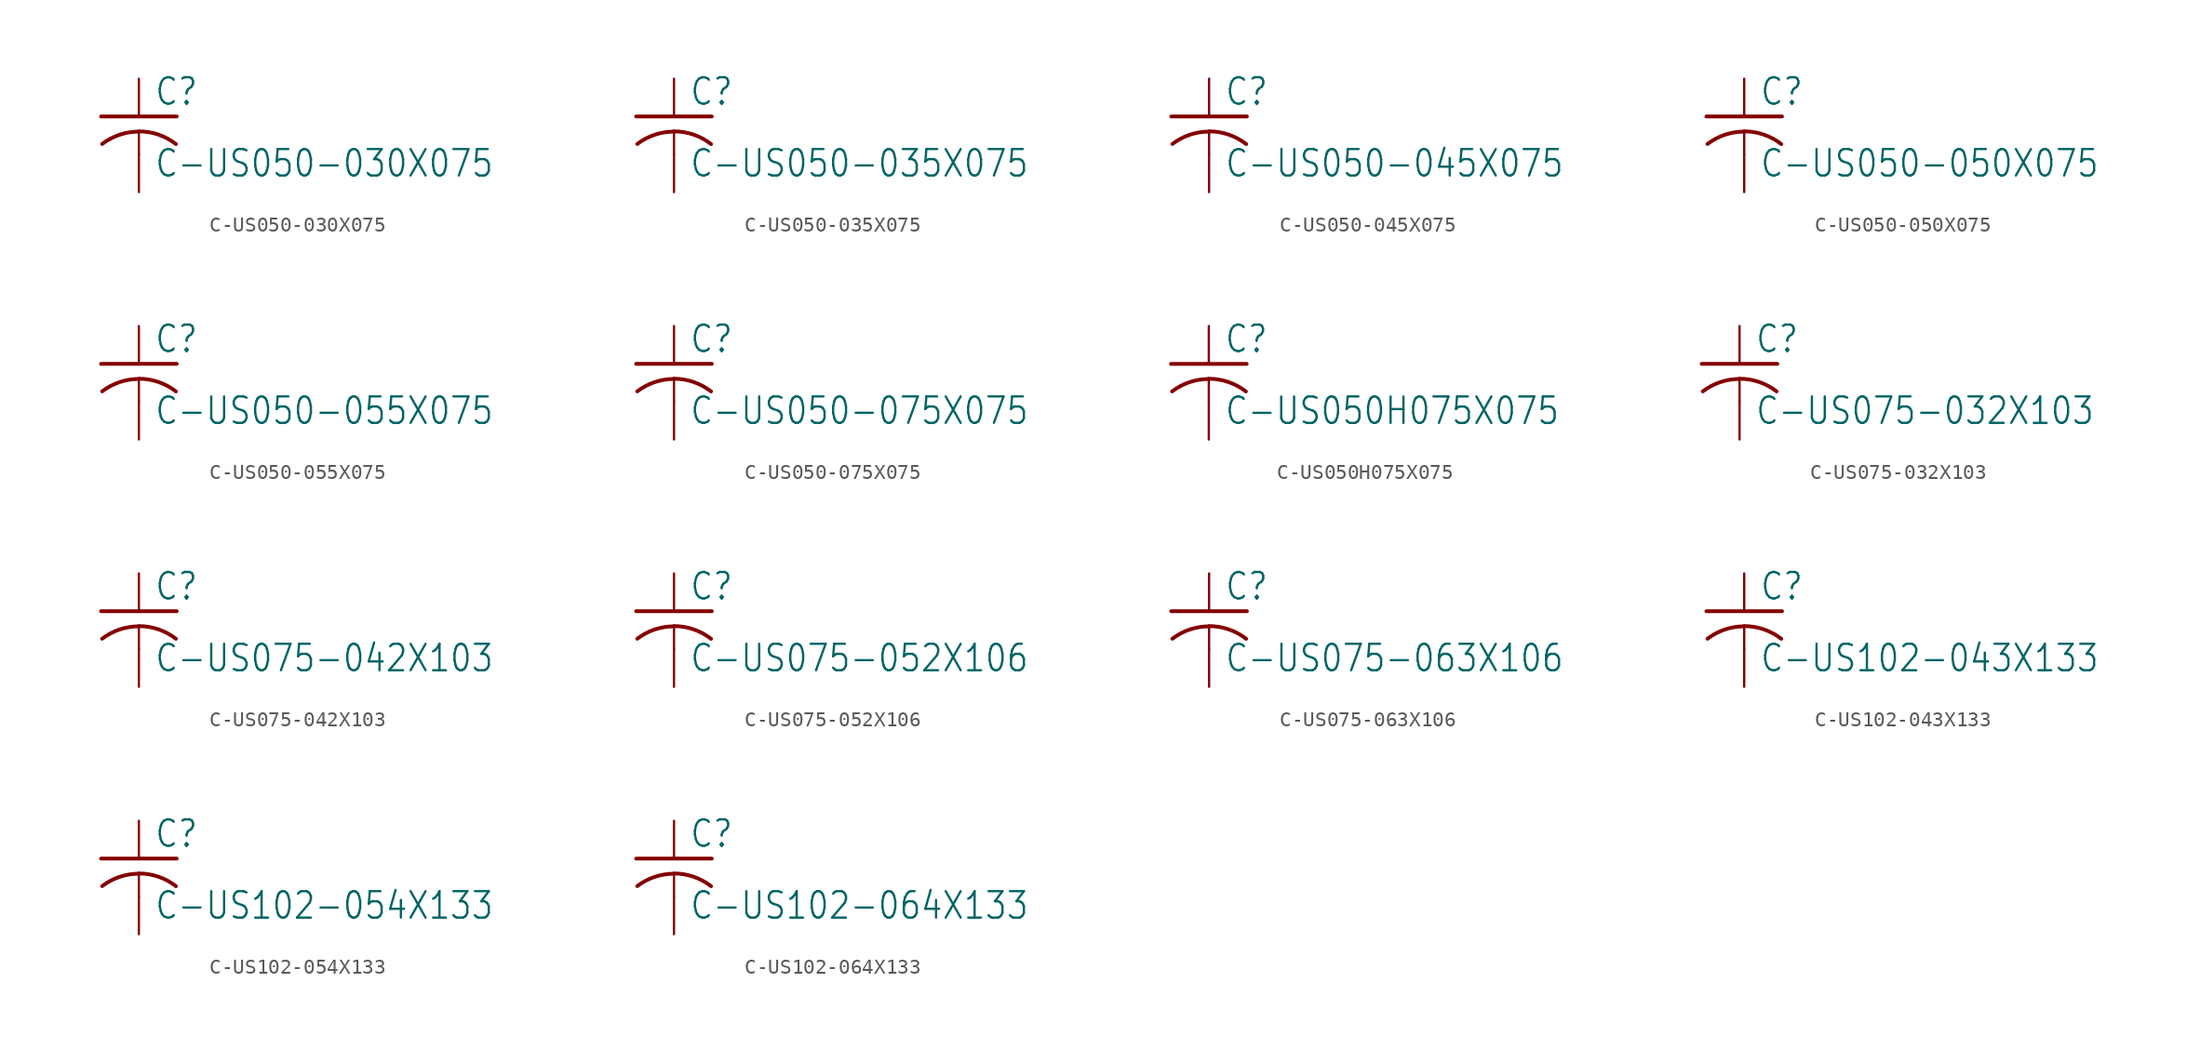
<source format=kicad_sym>
(kicad_symbol_lib
  (version 20201005)
  (generator kicad_symbol_editor)
  (symbol "C-US050-030X075"
    (property "Reference" "C"
      (at 1.016 0.635 0)
      (effects (font (size 1.778 1.511)) (justify left bottom)))
    (property "Value" "C-US050-030X075"
      (at 1.016 -4.191 0)
      (effects (font (size 1.778 1.511)) (justify left bottom)))
    (property "ki_locked" ""
      (at 0 0 0)
      (effects (font (size 1.27 1.27))))
    (symbol "C-US050-030X075_1_0"
      (arc (start 0 -1.0161) (end -2.4668 -1.8504) (radius (at 0 -5.0799) (length 4.0638) (angles 90 127.4)) (stroke (width 0.254)) (fill (type none)))
      (arc (start 2.4892 -1.8542) (end 0 -1) (radius (at 0 -5.0542) (length 4.0541) (angles 52.1 90)) (stroke (width 0.254)) (fill (type none)))
      (polyline (pts (xy -2.54 0) (xy 2.54 0)) (stroke (width 0.254)) (fill (type none)))
      (polyline (pts (xy 0 -1.016) (xy 0 -2.54)) (stroke (width 0.152)) (fill (type none)))
      (pin passive line (at 0 2.54 270) (length 2.54) (name "1" (effects (font (size 0 0)))) (number "1" (effects (font (size 0 0)))))
      (pin passive line (at 0 -5.08 90) (length 2.54) (name "2" (effects (font (size 0 0)))) (number "2" (effects (font (size 0 0)))))))
  (symbol "C-US050-035X075"
    (property "Reference" "C"
      (at 1.016 0.635 0)
      (effects (font (size 1.778 1.511)) (justify left bottom)))
    (property "Value" "C-US050-035X075"
      (at 1.016 -4.191 0)
      (effects (font (size 1.778 1.511)) (justify left bottom)))
    (property "ki_locked" ""
      (at 0 0 0)
      (effects (font (size 1.27 1.27))))
    (symbol "C-US050-035X075_1_0"
      (arc (start 0 -1.0161) (end -2.4668 -1.8504) (radius (at 0 -5.0799) (length 4.0638) (angles 90 127.4)) (stroke (width 0.254)) (fill (type none)))
      (arc (start 2.4892 -1.8542) (end 0 -1) (radius (at 0 -5.0542) (length 4.0541) (angles 52.1 90)) (stroke (width 0.254)) (fill (type none)))
      (polyline (pts (xy -2.54 0) (xy 2.54 0)) (stroke (width 0.254)) (fill (type none)))
      (polyline (pts (xy 0 -1.016) (xy 0 -2.54)) (stroke (width 0.152)) (fill (type none)))
      (pin passive line (at 0 2.54 270) (length 2.54) (name "1" (effects (font (size 0 0)))) (number "1" (effects (font (size 0 0)))))
      (pin passive line (at 0 -5.08 90) (length 2.54) (name "2" (effects (font (size 0 0)))) (number "2" (effects (font (size 0 0)))))))
  (symbol "C-US050-045X075"
    (property "Reference" "C"
      (at 1.016 0.635 0)
      (effects (font (size 1.778 1.511)) (justify left bottom)))
    (property "Value" "C-US050-045X075"
      (at 1.016 -4.191 0)
      (effects (font (size 1.778 1.511)) (justify left bottom)))
    (property "ki_locked" ""
      (at 0 0 0)
      (effects (font (size 1.27 1.27))))
    (symbol "C-US050-045X075_1_0"
      (arc (start 0 -1.0161) (end -2.4668 -1.8504) (radius (at 0 -5.0799) (length 4.0638) (angles 90 127.4)) (stroke (width 0.254)) (fill (type none)))
      (arc (start 2.4892 -1.8542) (end 0 -1) (radius (at 0 -5.0542) (length 4.0541) (angles 52.1 90)) (stroke (width 0.254)) (fill (type none)))
      (polyline (pts (xy -2.54 0) (xy 2.54 0)) (stroke (width 0.254)) (fill (type none)))
      (polyline (pts (xy 0 -1.016) (xy 0 -2.54)) (stroke (width 0.152)) (fill (type none)))
      (pin passive line (at 0 2.54 270) (length 2.54) (name "1" (effects (font (size 0 0)))) (number "1" (effects (font (size 0 0)))))
      (pin passive line (at 0 -5.08 90) (length 2.54) (name "2" (effects (font (size 0 0)))) (number "2" (effects (font (size 0 0)))))))
  (symbol "C-US050-050X075"
    (property "Reference" "C"
      (at 1.016 0.635 0)
      (effects (font (size 1.778 1.511)) (justify left bottom)))
    (property "Value" "C-US050-050X075"
      (at 1.016 -4.191 0)
      (effects (font (size 1.778 1.511)) (justify left bottom)))
    (property "ki_locked" ""
      (at 0 0 0)
      (effects (font (size 1.27 1.27))))
    (symbol "C-US050-050X075_1_0"
      (arc (start 0 -1.0161) (end -2.4668 -1.8504) (radius (at 0 -5.0799) (length 4.0638) (angles 90 127.4)) (stroke (width 0.254)) (fill (type none)))
      (arc (start 2.4892 -1.8542) (end 0 -1) (radius (at 0 -5.0542) (length 4.0541) (angles 52.1 90)) (stroke (width 0.254)) (fill (type none)))
      (polyline (pts (xy -2.54 0) (xy 2.54 0)) (stroke (width 0.254)) (fill (type none)))
      (polyline (pts (xy 0 -1.016) (xy 0 -2.54)) (stroke (width 0.152)) (fill (type none)))
      (pin passive line (at 0 2.54 270) (length 2.54) (name "1" (effects (font (size 0 0)))) (number "1" (effects (font (size 0 0)))))
      (pin passive line (at 0 -5.08 90) (length 2.54) (name "2" (effects (font (size 0 0)))) (number "2" (effects (font (size 0 0)))))))
  (symbol "C-US050-055X075"
    (property "Reference" "C"
      (at 1.016 0.635 0)
      (effects (font (size 1.778 1.511)) (justify left bottom)))
    (property "Value" "C-US050-055X075"
      (at 1.016 -4.191 0)
      (effects (font (size 1.778 1.511)) (justify left bottom)))
    (property "ki_locked" ""
      (at 0 0 0)
      (effects (font (size 1.27 1.27))))
    (symbol "C-US050-055X075_1_0"
      (arc (start 0 -1.0161) (end -2.4668 -1.8504) (radius (at 0 -5.0799) (length 4.0638) (angles 90 127.4)) (stroke (width 0.254)) (fill (type none)))
      (arc (start 2.4892 -1.8542) (end 0 -1) (radius (at 0 -5.0542) (length 4.0541) (angles 52.1 90)) (stroke (width 0.254)) (fill (type none)))
      (polyline (pts (xy -2.54 0) (xy 2.54 0)) (stroke (width 0.254)) (fill (type none)))
      (polyline (pts (xy 0 -1.016) (xy 0 -2.54)) (stroke (width 0.152)) (fill (type none)))
      (pin passive line (at 0 2.54 270) (length 2.54) (name "1" (effects (font (size 0 0)))) (number "1" (effects (font (size 0 0)))))
      (pin passive line (at 0 -5.08 90) (length 2.54) (name "2" (effects (font (size 0 0)))) (number "2" (effects (font (size 0 0)))))))
  (symbol "C-US050-075X075"
    (property "Reference" "C"
      (at 1.016 0.635 0)
      (effects (font (size 1.778 1.511)) (justify left bottom)))
    (property "Value" "C-US050-075X075"
      (at 1.016 -4.191 0)
      (effects (font (size 1.778 1.511)) (justify left bottom)))
    (property "ki_locked" ""
      (at 0 0 0)
      (effects (font (size 1.27 1.27))))
    (symbol "C-US050-075X075_1_0"
      (arc (start 0 -1.0161) (end -2.4668 -1.8504) (radius (at 0 -5.0799) (length 4.0638) (angles 90 127.4)) (stroke (width 0.254)) (fill (type none)))
      (arc (start 2.4892 -1.8542) (end 0 -1) (radius (at 0 -5.0542) (length 4.0541) (angles 52.1 90)) (stroke (width 0.254)) (fill (type none)))
      (polyline (pts (xy -2.54 0) (xy 2.54 0)) (stroke (width 0.254)) (fill (type none)))
      (polyline (pts (xy 0 -1.016) (xy 0 -2.54)) (stroke (width 0.152)) (fill (type none)))
      (pin passive line (at 0 2.54 270) (length 2.54) (name "1" (effects (font (size 0 0)))) (number "1" (effects (font (size 0 0)))))
      (pin passive line (at 0 -5.08 90) (length 2.54) (name "2" (effects (font (size 0 0)))) (number "2" (effects (font (size 0 0)))))))
  (symbol "C-US050H075X075"
    (property "Reference" "C"
      (at 1.016 0.635 0)
      (effects (font (size 1.778 1.511)) (justify left bottom)))
    (property "Value" "C-US050H075X075"
      (at 1.016 -4.191 0)
      (effects (font (size 1.778 1.511)) (justify left bottom)))
    (property "ki_locked" ""
      (at 0 0 0)
      (effects (font (size 1.27 1.27))))
    (symbol "C-US050H075X075_1_0"
      (arc (start 0 -1.0161) (end -2.4668 -1.8504) (radius (at 0 -5.0799) (length 4.0638) (angles 90 127.4)) (stroke (width 0.254)) (fill (type none)))
      (arc (start 2.4892 -1.8542) (end 0 -1) (radius (at 0 -5.0542) (length 4.0541) (angles 52.1 90)) (stroke (width 0.254)) (fill (type none)))
      (polyline (pts (xy -2.54 0) (xy 2.54 0)) (stroke (width 0.254)) (fill (type none)))
      (polyline (pts (xy 0 -1.016) (xy 0 -2.54)) (stroke (width 0.152)) (fill (type none)))
      (pin passive line (at 0 2.54 270) (length 2.54) (name "1" (effects (font (size 0 0)))) (number "1" (effects (font (size 0 0)))))
      (pin passive line (at 0 -5.08 90) (length 2.54) (name "2" (effects (font (size 0 0)))) (number "2" (effects (font (size 0 0)))))))
  (symbol "C-US075-032X103"
    (property "Reference" "C"
      (at 1.016 0.635 0)
      (effects (font (size 1.778 1.511)) (justify left bottom)))
    (property "Value" "C-US075-032X103"
      (at 1.016 -4.191 0)
      (effects (font (size 1.778 1.511)) (justify left bottom)))
    (property "ki_locked" ""
      (at 0 0 0)
      (effects (font (size 1.27 1.27))))
    (symbol "C-US075-032X103_1_0"
      (arc (start 0 -1.0161) (end -2.4668 -1.8504) (radius (at 0 -5.0799) (length 4.0638) (angles 90 127.4)) (stroke (width 0.254)) (fill (type none)))
      (arc (start 2.4892 -1.8542) (end 0 -1) (radius (at 0 -5.0542) (length 4.0541) (angles 52.1 90)) (stroke (width 0.254)) (fill (type none)))
      (polyline (pts (xy -2.54 0) (xy 2.54 0)) (stroke (width 0.254)) (fill (type none)))
      (polyline (pts (xy 0 -1.016) (xy 0 -2.54)) (stroke (width 0.152)) (fill (type none)))
      (pin passive line (at 0 2.54 270) (length 2.54) (name "1" (effects (font (size 0 0)))) (number "1" (effects (font (size 0 0)))))
      (pin passive line (at 0 -5.08 90) (length 2.54) (name "2" (effects (font (size 0 0)))) (number "2" (effects (font (size 0 0)))))))
  (symbol "C-US075-042X103"
    (property "Reference" "C"
      (at 1.016 0.635 0)
      (effects (font (size 1.778 1.511)) (justify left bottom)))
    (property "Value" "C-US075-042X103"
      (at 1.016 -4.191 0)
      (effects (font (size 1.778 1.511)) (justify left bottom)))
    (property "ki_locked" ""
      (at 0 0 0)
      (effects (font (size 1.27 1.27))))
    (symbol "C-US075-042X103_1_0"
      (arc (start 0 -1.0161) (end -2.4668 -1.8504) (radius (at 0 -5.0799) (length 4.0638) (angles 90 127.4)) (stroke (width 0.254)) (fill (type none)))
      (arc (start 2.4892 -1.8542) (end 0 -1) (radius (at 0 -5.0542) (length 4.0541) (angles 52.1 90)) (stroke (width 0.254)) (fill (type none)))
      (polyline (pts (xy -2.54 0) (xy 2.54 0)) (stroke (width 0.254)) (fill (type none)))
      (polyline (pts (xy 0 -1.016) (xy 0 -2.54)) (stroke (width 0.152)) (fill (type none)))
      (pin passive line (at 0 2.54 270) (length 2.54) (name "1" (effects (font (size 0 0)))) (number "1" (effects (font (size 0 0)))))
      (pin passive line (at 0 -5.08 90) (length 2.54) (name "2" (effects (font (size 0 0)))) (number "2" (effects (font (size 0 0)))))))
  (symbol "C-US075-052X106"
    (property "Reference" "C"
      (at 1.016 0.635 0)
      (effects (font (size 1.778 1.511)) (justify left bottom)))
    (property "Value" "C-US075-052X106"
      (at 1.016 -4.191 0)
      (effects (font (size 1.778 1.511)) (justify left bottom)))
    (property "ki_locked" ""
      (at 0 0 0)
      (effects (font (size 1.27 1.27))))
    (symbol "C-US075-052X106_1_0"
      (arc (start 0 -1.0161) (end -2.4668 -1.8504) (radius (at 0 -5.0799) (length 4.0638) (angles 90 127.4)) (stroke (width 0.254)) (fill (type none)))
      (arc (start 2.4892 -1.8542) (end 0 -1) (radius (at 0 -5.0542) (length 4.0541) (angles 52.1 90)) (stroke (width 0.254)) (fill (type none)))
      (polyline (pts (xy -2.54 0) (xy 2.54 0)) (stroke (width 0.254)) (fill (type none)))
      (polyline (pts (xy 0 -1.016) (xy 0 -2.54)) (stroke (width 0.152)) (fill (type none)))
      (pin passive line (at 0 2.54 270) (length 2.54) (name "1" (effects (font (size 0 0)))) (number "1" (effects (font (size 0 0)))))
      (pin passive line (at 0 -5.08 90) (length 2.54) (name "2" (effects (font (size 0 0)))) (number "2" (effects (font (size 0 0)))))))
  (symbol "C-US075-063X106"
    (property "Reference" "C"
      (at 1.016 0.635 0)
      (effects (font (size 1.778 1.511)) (justify left bottom)))
    (property "Value" "C-US075-063X106"
      (at 1.016 -4.191 0)
      (effects (font (size 1.778 1.511)) (justify left bottom)))
    (property "ki_locked" ""
      (at 0 0 0)
      (effects (font (size 1.27 1.27))))
    (symbol "C-US075-063X106_1_0"
      (arc (start 0 -1.0161) (end -2.4668 -1.8504) (radius (at 0 -5.0799) (length 4.0638) (angles 90 127.4)) (stroke (width 0.254)) (fill (type none)))
      (arc (start 2.4892 -1.8542) (end 0 -1) (radius (at 0 -5.0542) (length 4.0541) (angles 52.1 90)) (stroke (width 0.254)) (fill (type none)))
      (polyline (pts (xy -2.54 0) (xy 2.54 0)) (stroke (width 0.254)) (fill (type none)))
      (polyline (pts (xy 0 -1.016) (xy 0 -2.54)) (stroke (width 0.152)) (fill (type none)))
      (pin passive line (at 0 2.54 270) (length 2.54) (name "1" (effects (font (size 0 0)))) (number "1" (effects (font (size 0 0)))))
      (pin passive line (at 0 -5.08 90) (length 2.54) (name "2" (effects (font (size 0 0)))) (number "2" (effects (font (size 0 0)))))))
  (symbol "C-US102-043X133"
    (property "Reference" "C"
      (at 1.016 0.635 0)
      (effects (font (size 1.778 1.511)) (justify left bottom)))
    (property "Value" "C-US102-043X133"
      (at 1.016 -4.191 0)
      (effects (font (size 1.778 1.511)) (justify left bottom)))
    (property "ki_locked" ""
      (at 0 0 0)
      (effects (font (size 1.27 1.27))))
    (symbol "C-US102-043X133_1_0"
      (arc (start 0 -1.0161) (end -2.4668 -1.8504) (radius (at 0 -5.0799) (length 4.0638) (angles 90 127.4)) (stroke (width 0.254)) (fill (type none)))
      (arc (start 2.4892 -1.8542) (end 0 -1) (radius (at 0 -5.0542) (length 4.0541) (angles 52.1 90)) (stroke (width 0.254)) (fill (type none)))
      (polyline (pts (xy -2.54 0) (xy 2.54 0)) (stroke (width 0.254)) (fill (type none)))
      (polyline (pts (xy 0 -1.016) (xy 0 -2.54)) (stroke (width 0.152)) (fill (type none)))
      (pin passive line (at 0 2.54 270) (length 2.54) (name "1" (effects (font (size 0 0)))) (number "1" (effects (font (size 0 0)))))
      (pin passive line (at 0 -5.08 90) (length 2.54) (name "2" (effects (font (size 0 0)))) (number "2" (effects (font (size 0 0)))))))
  (symbol "C-US102-054X133"
    (property "Reference" "C"
      (at 1.016 0.635 0)
      (effects (font (size 1.778 1.511)) (justify left bottom)))
    (property "Value" "C-US102-054X133"
      (at 1.016 -4.191 0)
      (effects (font (size 1.778 1.511)) (justify left bottom)))
    (property "ki_locked" ""
      (at 0 0 0)
      (effects (font (size 1.27 1.27))))
    (symbol "C-US102-054X133_1_0"
      (arc (start 0 -1.0161) (end -2.4668 -1.8504) (radius (at 0 -5.0799) (length 4.0638) (angles 90 127.4)) (stroke (width 0.254)) (fill (type none)))
      (arc (start 2.4892 -1.8542) (end 0 -1) (radius (at 0 -5.0542) (length 4.0541) (angles 52.1 90)) (stroke (width 0.254)) (fill (type none)))
      (polyline (pts (xy -2.54 0) (xy 2.54 0)) (stroke (width 0.254)) (fill (type none)))
      (polyline (pts (xy 0 -1.016) (xy 0 -2.54)) (stroke (width 0.152)) (fill (type none)))
      (pin passive line (at 0 2.54 270) (length 2.54) (name "1" (effects (font (size 0 0)))) (number "1" (effects (font (size 0 0)))))
      (pin passive line (at 0 -5.08 90) (length 2.54) (name "2" (effects (font (size 0 0)))) (number "2" (effects (font (size 0 0)))))))
  (symbol "C-US102-064X133"
    (property "Reference" "C"
      (at 1.016 0.635 0)
      (effects (font (size 1.778 1.511)) (justify left bottom)))
    (property "Value" "C-US102-064X133"
      (at 1.016 -4.191 0)
      (effects (font (size 1.778 1.511)) (justify left bottom)))
    (property "ki_locked" ""
      (at 0 0 0)
      (effects (font (size 1.27 1.27))))
    (symbol "C-US102-064X133_1_0"
      (arc (start 0 -1.0161) (end -2.4668 -1.8504) (radius (at 0 -5.0799) (length 4.0638) (angles 90 127.4)) (stroke (width 0.254)) (fill (type none)))
      (arc (start 2.4892 -1.8542) (end 0 -1) (radius (at 0 -5.0542) (length 4.0541) (angles 52.1 90)) (stroke (width 0.254)) (fill (type none)))
      (polyline (pts (xy -2.54 0) (xy 2.54 0)) (stroke (width 0.254)) (fill (type none)))
      (polyline (pts (xy 0 -1.016) (xy 0 -2.54)) (stroke (width 0.152)) (fill (type none)))
      (pin passive line (at 0 2.54 270) (length 2.54) (name "1" (effects (font (size 0 0)))) (number "1" (effects (font (size 0 0)))))
      (pin passive line (at 0 -5.08 90) (length 2.54) (name "2" (effects (font (size 0 0)))) (number "2" (effects (font (size 0 0))))))))
</source>
